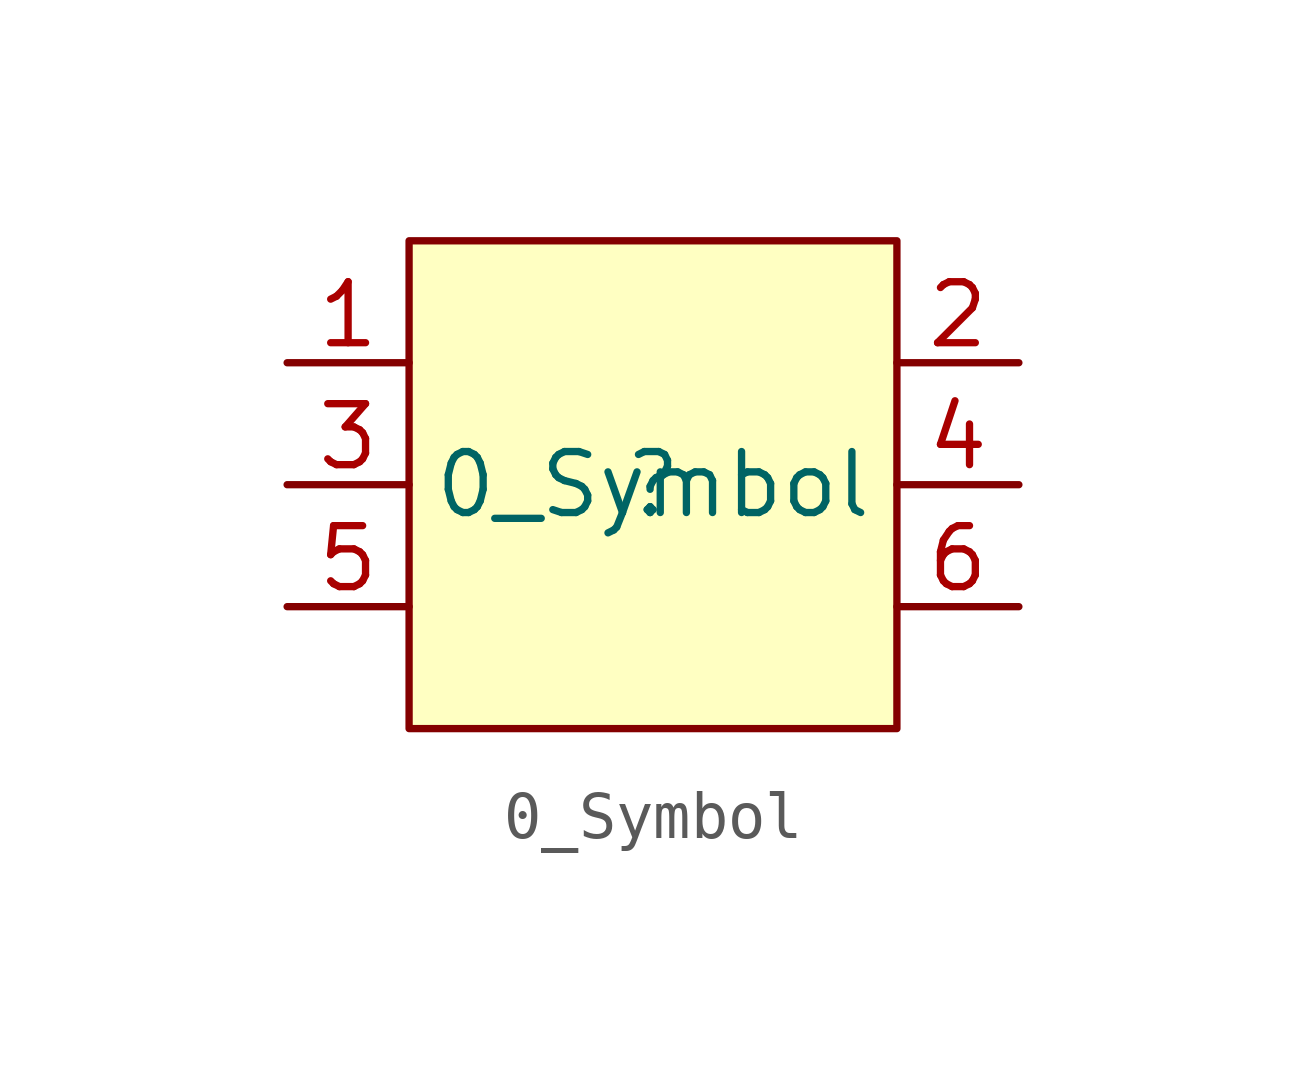
<source format=kicad_sym>
(kicad_symbol_lib
  (version 20211014)
  (generator kicad_symbol_editor)
  (symbol "0_Symbol"
    (property "Reference" ""
      (at 0 0 0)
      (effects (font (size 1.27 1.27))))
    (property "Value" "0_Symbol"
      (at 0 0 0)
      (effects (font (size 1.27 1.27))))
    (symbol "0_Symbol_1_0"
      (rectangle (start 5.08 5.08) (end -5.08 -5.08) (stroke (width 0) (type default) (color 0 0 0 0)) (fill (type background)))
      (pin passive line (at -7.62 2.54 0) (length 2.54) (name "1" (effects (font (size 0 0)))) (number "1" (effects (font (size 1.27 1.27)))))
      (pin passive line (at 7.62 2.54 180) (length 2.54) (name "2" (effects (font (size 0 0)))) (number "2" (effects (font (size 1.27 1.27)))))
      (pin passive line (at -7.62 0 0) (length 2.54) (name "3" (effects (font (size 0 0)))) (number "3" (effects (font (size 1.27 1.27)))))
      (pin passive line (at 7.62 0 180) (length 2.54) (name "4" (effects (font (size 0 0)))) (number "4" (effects (font (size 1.27 1.27)))))
      (pin passive line (at -7.62 -2.54 0) (length 2.54) (name "5" (effects (font (size 0 0)))) (number "5" (effects (font (size 1.27 1.27)))))
      (pin passive line (at 7.62 -2.54 180) (length 2.54) (name "6" (effects (font (size 0 0)))) (number "6" (effects (font (size 1.27 1.27))))))))
</source>
